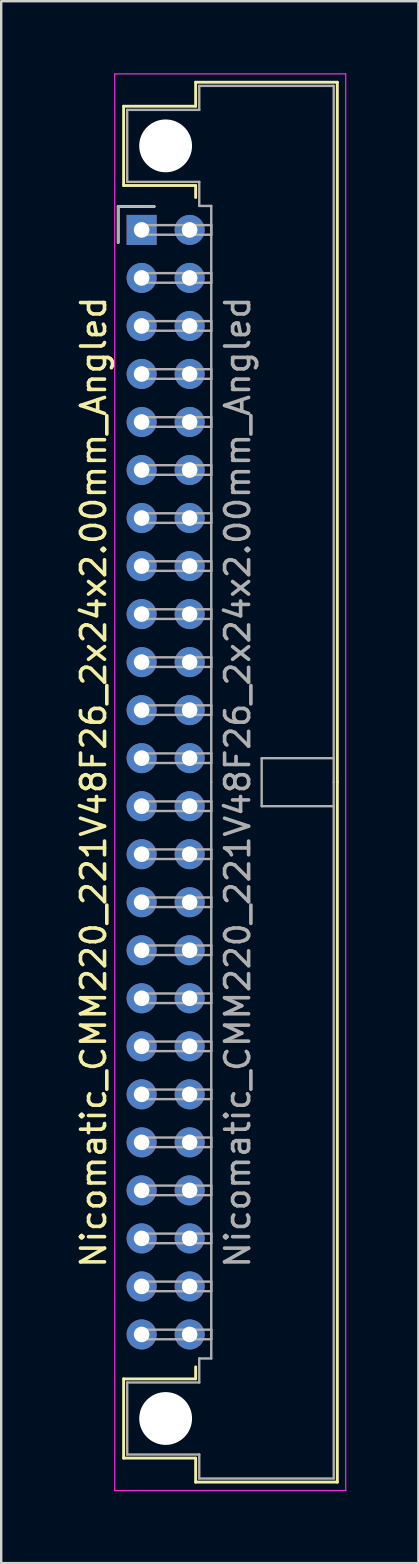
<source format=kicad_pcb>
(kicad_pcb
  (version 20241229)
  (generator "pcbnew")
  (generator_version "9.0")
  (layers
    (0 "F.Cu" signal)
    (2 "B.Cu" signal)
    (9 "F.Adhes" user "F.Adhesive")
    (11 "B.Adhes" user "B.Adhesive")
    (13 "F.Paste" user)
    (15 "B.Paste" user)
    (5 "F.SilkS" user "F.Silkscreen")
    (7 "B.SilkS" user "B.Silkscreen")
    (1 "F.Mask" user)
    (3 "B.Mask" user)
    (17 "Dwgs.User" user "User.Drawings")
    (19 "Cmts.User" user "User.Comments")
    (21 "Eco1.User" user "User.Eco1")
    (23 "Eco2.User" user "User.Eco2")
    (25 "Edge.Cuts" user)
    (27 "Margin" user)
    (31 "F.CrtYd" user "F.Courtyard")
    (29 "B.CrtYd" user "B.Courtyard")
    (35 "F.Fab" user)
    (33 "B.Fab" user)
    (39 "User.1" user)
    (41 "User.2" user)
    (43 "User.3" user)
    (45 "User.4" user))
  (footprint "Nicomatic_CMM220_221V48F26_2x24x2.00mm_Angled"
    (layer "F.Cu")
    (at 2.848 6.525)
    (property "Reference" "Nicomatic_CMM220_221V48F26_2x24x2.00mm_Angled" (at -2 23 90) (layer "F.SilkS") (effects (font (size 1 1) (thickness 0.15))))
    (attr through_hole)
    (fp_line (start -0.975 -0.975) (end -0.975 0.525) (stroke (width 0.12) (type solid)) (layer "F.SilkS"))
    (fp_line (start -0.75 -5.15) (end -0.75 -1.85) (stroke (width 0.12) (type solid)) (layer "F.SilkS"))
    (fp_line (start -0.75 -1.85) (end 2.25 -1.85) (stroke (width 0.12) (type solid)) (layer "F.SilkS"))
    (fp_line (start -0.75 47.85) (end 2.25 47.85) (stroke (width 0.12) (type solid)) (layer "F.SilkS"))
    (fp_line (start -0.75 51.15) (end -0.75 47.85) (stroke (width 0.12) (type solid)) (layer "F.SilkS"))
    (fp_line (start 0.525 -0.975) (end -0.975 -0.975) (stroke (width 0.12) (type solid)) (layer "F.SilkS"))
    (fp_line (start 2.25 -6.15) (end 2.25 -5.15) (stroke (width 0.12) (type solid)) (layer "F.SilkS"))
    (fp_line (start 2.25 -5.15) (end -0.75 -5.15) (stroke (width 0.12) (type solid)) (layer "F.SilkS"))
    (fp_line (start 2.25 -1.85) (end 2.25 -1.35) (stroke (width 0.12) (type solid)) (layer "F.SilkS"))
    (fp_line (start 2.25 47.85) (end 2.25 47.35) (stroke (width 0.12) (type solid)) (layer "F.SilkS"))
    (fp_line (start 2.25 51.15) (end -0.75 51.15) (stroke (width 0.12) (type solid)) (layer "F.SilkS"))
    (fp_line (start 2.25 52.15) (end 2.25 51.15) (stroke (width 0.12) (type solid)) (layer "F.SilkS"))
    (fp_line (start 8.15 -6.15) (end 2.25 -6.15) (stroke (width 0.12) (type solid)) (layer "F.SilkS"))
    (fp_line (start 8.15 23) (end 8.15 -6.15) (stroke (width 0.12) (type solid)) (layer "F.SilkS"))
    (fp_line (start 8.15 23) (end 8.15 52.15) (stroke (width 0.12) (type solid)) (layer "F.SilkS"))
    (fp_line (start 8.15 52.15) (end 2.25 52.15) (stroke (width 0.12) (type solid)) (layer "F.SilkS"))
    (fp_line (start -1.12 -6.5) (end -1.12 52.5) (stroke (width 0.05) (type solid)) (layer "F.CrtYd"))
    (fp_line (start -1.12 52.5) (end 8.5 52.5) (stroke (width 0.05) (type solid)) (layer "F.CrtYd"))
    (fp_line (start 8.5 -6.5) (end -1.12 -6.5) (stroke (width 0.05) (type solid)) (layer "F.CrtYd"))
    (fp_line (start 8.5 52.5) (end 8.5 -6.5) (stroke (width 0.05) (type solid)) (layer "F.CrtYd"))
    (fp_line (start -0.975 -0.975) (end -0.975 0.525) (stroke (width 0.1) (type solid)) (layer "F.Fab"))
    (fp_line (start -0.6 -5) (end -0.6 -2) (stroke (width 0.1) (type solid)) (layer "F.Fab"))
    (fp_line (start -0.6 -2) (end 2.4 -2) (stroke (width 0.1) (type solid)) (layer "F.Fab"))
    (fp_line (start -0.6 48) (end 2.4 48) (stroke (width 0.1) (type solid)) (layer "F.Fab"))
    (fp_line (start -0.6 51) (end -0.6 48) (stroke (width 0.1) (type solid)) (layer "F.Fab"))
    (fp_line (start 0 -0.2) (end 0 0.2) (stroke (width 0.1) (type solid)) (layer "F.Fab"))
    (fp_line (start 0 0.2) (end 2.9 0.2) (stroke (width 0.1) (type solid)) (layer "F.Fab"))
    (fp_line (start 0 1.8) (end 0 2.2) (stroke (width 0.1) (type solid)) (layer "F.Fab"))
    (fp_line (start 0 2.2) (end 2.9 2.2) (stroke (width 0.1) (type solid)) (layer "F.Fab"))
    (fp_line (start 0 3.8) (end 0 4.2) (stroke (width 0.1) (type solid)) (layer "F.Fab"))
    (fp_line (start 0 4.2) (end 2.9 4.2) (stroke (width 0.1) (type solid)) (layer "F.Fab"))
    (fp_line (start 0 5.8) (end 0 6.2) (stroke (width 0.1) (type solid)) (layer "F.Fab"))
    (fp_line (start 0 6.2) (end 2.9 6.2) (stroke (width 0.1) (type solid)) (layer "F.Fab"))
    (fp_line (start 0 7.8) (end 0 8.2) (stroke (width 0.1) (type solid)) (layer "F.Fab"))
    (fp_line (start 0 8.2) (end 2.9 8.2) (stroke (width 0.1) (type solid)) (layer "F.Fab"))
    (fp_line (start 0 9.8) (end 0 10.2) (stroke (width 0.1) (type solid)) (layer "F.Fab"))
    (fp_line (start 0 10.2) (end 2.9 10.2) (stroke (width 0.1) (type solid)) (layer "F.Fab"))
    (fp_line (start 0 11.8) (end 0 12.2) (stroke (width 0.1) (type solid)) (layer "F.Fab"))
    (fp_line (start 0 12.2) (end 2.9 12.2) (stroke (width 0.1) (type solid)) (layer "F.Fab"))
    (fp_line (start 0 13.8) (end 0 14.2) (stroke (width 0.1) (type solid)) (layer "F.Fab"))
    (fp_line (start 0 14.2) (end 2.9 14.2) (stroke (width 0.1) (type solid)) (layer "F.Fab"))
    (fp_line (start 0 15.8) (end 0 16.2) (stroke (width 0.1) (type solid)) (layer "F.Fab"))
    (fp_line (start 0 16.2) (end 2.9 16.2) (stroke (width 0.1) (type solid)) (layer "F.Fab"))
    (fp_line (start 0 17.8) (end 0 18.2) (stroke (width 0.1) (type solid)) (layer "F.Fab"))
    (fp_line (start 0 18.2) (end 2.9 18.2) (stroke (width 0.1) (type solid)) (layer "F.Fab"))
    (fp_line (start 0 19.8) (end 0 20.2) (stroke (width 0.1) (type solid)) (layer "F.Fab"))
    (fp_line (start 0 20.2) (end 2.9 20.2) (stroke (width 0.1) (type solid)) (layer "F.Fab"))
    (fp_line (start 0 21.8) (end 0 22.2) (stroke (width 0.1) (type solid)) (layer "F.Fab"))
    (fp_line (start 0 22.2) (end 2.9 22.2) (stroke (width 0.1) (type solid)) (layer "F.Fab"))
    (fp_line (start 0 23.8) (end 0 24.2) (stroke (width 0.1) (type solid)) (layer "F.Fab"))
    (fp_line (start 0 24.2) (end 2.9 24.2) (stroke (width 0.1) (type solid)) (layer "F.Fab"))
    (fp_line (start 0 25.8) (end 0 26.2) (stroke (width 0.1) (type solid)) (layer "F.Fab"))
    (fp_line (start 0 26.2) (end 2.9 26.2) (stroke (width 0.1) (type solid)) (layer "F.Fab"))
    (fp_line (start 0 27.8) (end 0 28.2) (stroke (width 0.1) (type solid)) (layer "F.Fab"))
    (fp_line (start 0 28.2) (end 2.9 28.2) (stroke (width 0.1) (type solid)) (layer "F.Fab"))
    (fp_line (start 0 29.8) (end 0 30.2) (stroke (width 0.1) (type solid)) (layer "F.Fab"))
    (fp_line (start 0 30.2) (end 2.9 30.2) (stroke (width 0.1) (type solid)) (layer "F.Fab"))
    (fp_line (start 0 31.8) (end 0 32.2) (stroke (width 0.1) (type solid)) (layer "F.Fab"))
    (fp_line (start 0 32.2) (end 2.9 32.2) (stroke (width 0.1) (type solid)) (layer "F.Fab"))
    (fp_line (start 0 33.8) (end 0 34.2) (stroke (width 0.1) (type solid)) (layer "F.Fab"))
    (fp_line (start 0 34.2) (end 2.9 34.2) (stroke (width 0.1) (type solid)) (layer "F.Fab"))
    (fp_line (start 0 35.8) (end 0 36.2) (stroke (width 0.1) (type solid)) (layer "F.Fab"))
    (fp_line (start 0 36.2) (end 2.9 36.2) (stroke (width 0.1) (type solid)) (layer "F.Fab"))
    (fp_line (start 0 37.8) (end 0 38.2) (stroke (width 0.1) (type solid)) (layer "F.Fab"))
    (fp_line (start 0 38.2) (end 2.9 38.2) (stroke (width 0.1) (type solid)) (layer "F.Fab"))
    (fp_line (start 0 39.8) (end 0 40.2) (stroke (width 0.1) (type solid)) (layer "F.Fab"))
    (fp_line (start 0 40.2) (end 2.9 40.2) (stroke (width 0.1) (type solid)) (layer "F.Fab"))
    (fp_line (start 0 41.8) (end 0 42.2) (stroke (width 0.1) (type solid)) (layer "F.Fab"))
    (fp_line (start 0 42.2) (end 2.9 42.2) (stroke (width 0.1) (type solid)) (layer "F.Fab"))
    (fp_line (start 0 43.8) (end 0 44.2) (stroke (width 0.1) (type solid)) (layer "F.Fab"))
    (fp_line (start 0 44.2) (end 2.9 44.2) (stroke (width 0.1) (type solid)) (layer "F.Fab"))
    (fp_line (start 0 45.8) (end 0 46.2) (stroke (width 0.1) (type solid)) (layer "F.Fab"))
    (fp_line (start 0 46.2) (end 2.9 46.2) (stroke (width 0.1) (type solid)) (layer "F.Fab"))
    (fp_line (start 0.525 -0.975) (end -0.975 -0.975) (stroke (width 0.1) (type solid)) (layer "F.Fab"))
    (fp_line (start 2.4 -6) (end 2.4 -5) (stroke (width 0.1) (type solid)) (layer "F.Fab"))
    (fp_line (start 2.4 -5) (end -0.6 -5) (stroke (width 0.1) (type solid)) (layer "F.Fab"))
    (fp_line (start 2.4 -2) (end 2.4 -1) (stroke (width 0.1) (type solid)) (layer "F.Fab"))
    (fp_line (start 2.4 -1) (end 2.9 -1) (stroke (width 0.1) (type solid)) (layer "F.Fab"))
    (fp_line (start 2.4 47) (end 2.9 47) (stroke (width 0.1) (type solid)) (layer "F.Fab"))
    (fp_line (start 2.4 48) (end 2.4 47) (stroke (width 0.1) (type solid)) (layer "F.Fab"))
    (fp_line (start 2.4 51) (end -0.6 51) (stroke (width 0.1) (type solid)) (layer "F.Fab"))
    (fp_line (start 2.4 52) (end 2.4 51) (stroke (width 0.1) (type solid)) (layer "F.Fab"))
    (fp_line (start 2.9 -1) (end 2.9 23) (stroke (width 0.1) (type solid)) (layer "F.Fab"))
    (fp_line (start 2.9 -0.2) (end 0 -0.2) (stroke (width 0.1) (type solid)) (layer "F.Fab"))
    (fp_line (start 2.9 0.2) (end 2.9 -0.2) (stroke (width 0.1) (type solid)) (layer "F.Fab"))
    (fp_line (start 2.9 1.8) (end 0 1.8) (stroke (width 0.1) (type solid)) (layer "F.Fab"))
    (fp_line (start 2.9 2.2) (end 2.9 1.8) (stroke (width 0.1) (type solid)) (layer "F.Fab"))
    (fp_line (start 2.9 3.8) (end 0 3.8) (stroke (width 0.1) (type solid)) (layer "F.Fab"))
    (fp_line (start 2.9 4.2) (end 2.9 3.8) (stroke (width 0.1) (type solid)) (layer "F.Fab"))
    (fp_line (start 2.9 5.8) (end 0 5.8) (stroke (width 0.1) (type solid)) (layer "F.Fab"))
    (fp_line (start 2.9 6.2) (end 2.9 5.8) (stroke (width 0.1) (type solid)) (layer "F.Fab"))
    (fp_line (start 2.9 7.8) (end 0 7.8) (stroke (width 0.1) (type solid)) (layer "F.Fab"))
    (fp_line (start 2.9 8.2) (end 2.9 7.8) (stroke (width 0.1) (type solid)) (layer "F.Fab"))
    (fp_line (start 2.9 9.8) (end 0 9.8) (stroke (width 0.1) (type solid)) (layer "F.Fab"))
    (fp_line (start 2.9 10.2) (end 2.9 9.8) (stroke (width 0.1) (type solid)) (layer "F.Fab"))
    (fp_line (start 2.9 11.8) (end 0 11.8) (stroke (width 0.1) (type solid)) (layer "F.Fab"))
    (fp_line (start 2.9 12.2) (end 2.9 11.8) (stroke (width 0.1) (type solid)) (layer "F.Fab"))
    (fp_line (start 2.9 13.8) (end 0 13.8) (stroke (width 0.1) (type solid)) (layer "F.Fab"))
    (fp_line (start 2.9 14.2) (end 2.9 13.8) (stroke (width 0.1) (type solid)) (layer "F.Fab"))
    (fp_line (start 2.9 15.8) (end 0 15.8) (stroke (width 0.1) (type solid)) (layer "F.Fab"))
    (fp_line (start 2.9 16.2) (end 2.9 15.8) (stroke (width 0.1) (type solid)) (layer "F.Fab"))
    (fp_line (start 2.9 17.8) (end 0 17.8) (stroke (width 0.1) (type solid)) (layer "F.Fab"))
    (fp_line (start 2.9 18.2) (end 2.9 17.8) (stroke (width 0.1) (type solid)) (layer "F.Fab"))
    (fp_line (start 2.9 19.8) (end 0 19.8) (stroke (width 0.1) (type solid)) (layer "F.Fab"))
    (fp_line (start 2.9 20.2) (end 2.9 19.8) (stroke (width 0.1) (type solid)) (layer "F.Fab"))
    (fp_line (start 2.9 21.8) (end 0 21.8) (stroke (width 0.1) (type solid)) (layer "F.Fab"))
    (fp_line (start 2.9 22.2) (end 2.9 21.8) (stroke (width 0.1) (type solid)) (layer "F.Fab"))
    (fp_line (start 2.9 23.8) (end 0 23.8) (stroke (width 0.1) (type solid)) (layer "F.Fab"))
    (fp_line (start 2.9 24.2) (end 2.9 23.8) (stroke (width 0.1) (type solid)) (layer "F.Fab"))
    (fp_line (start 2.9 25.8) (end 0 25.8) (stroke (width 0.1) (type solid)) (layer "F.Fab"))
    (fp_line (start 2.9 26.2) (end 2.9 25.8) (stroke (width 0.1) (type solid)) (layer "F.Fab"))
    (fp_line (start 2.9 27.8) (end 0 27.8) (stroke (width 0.1) (type solid)) (layer "F.Fab"))
    (fp_line (start 2.9 28.2) (end 2.9 27.8) (stroke (width 0.1) (type solid)) (layer "F.Fab"))
    (fp_line (start 2.9 29.8) (end 0 29.8) (stroke (width 0.1) (type solid)) (layer "F.Fab"))
    (fp_line (start 2.9 30.2) (end 2.9 29.8) (stroke (width 0.1) (type solid)) (layer "F.Fab"))
    (fp_line (start 2.9 31.8) (end 0 31.8) (stroke (width 0.1) (type solid)) (layer "F.Fab"))
    (fp_line (start 2.9 32.2) (end 2.9 31.8) (stroke (width 0.1) (type solid)) (layer "F.Fab"))
    (fp_line (start 2.9 33.8) (end 0 33.8) (stroke (width 0.1) (type solid)) (layer "F.Fab"))
    (fp_line (start 2.9 34.2) (end 2.9 33.8) (stroke (width 0.1) (type solid)) (layer "F.Fab"))
    (fp_line (start 2.9 35.8) (end 0 35.8) (stroke (width 0.1) (type solid)) (layer "F.Fab"))
    (fp_line (start 2.9 36.2) (end 2.9 35.8) (stroke (width 0.1) (type solid)) (layer "F.Fab"))
    (fp_line (start 2.9 37.8) (end 0 37.8) (stroke (width 0.1) (type solid)) (layer "F.Fab"))
    (fp_line (start 2.9 38.2) (end 2.9 37.8) (stroke (width 0.1) (type solid)) (layer "F.Fab"))
    (fp_line (start 2.9 39.8) (end 0 39.8) (stroke (width 0.1) (type solid)) (layer "F.Fab"))
    (fp_line (start 2.9 40.2) (end 2.9 39.8) (stroke (width 0.1) (type solid)) (layer "F.Fab"))
    (fp_line (start 2.9 41.8) (end 0 41.8) (stroke (width 0.1) (type solid)) (layer "F.Fab"))
    (fp_line (start 2.9 42.2) (end 2.9 41.8) (stroke (width 0.1) (type solid)) (layer "F.Fab"))
    (fp_line (start 2.9 43.8) (end 0 43.8) (stroke (width 0.1) (type solid)) (layer "F.Fab"))
    (fp_line (start 2.9 44.2) (end 2.9 43.8) (stroke (width 0.1) (type solid)) (layer "F.Fab"))
    (fp_line (start 2.9 45.8) (end 0 45.8) (stroke (width 0.1) (type solid)) (layer "F.Fab"))
    (fp_line (start 2.9 46.2) (end 2.9 45.8) (stroke (width 0.1) (type solid)) (layer "F.Fab"))
    (fp_line (start 2.9 47) (end 2.9 23) (stroke (width 0.1) (type solid)) (layer "F.Fab"))
    (fp_line (start 5 22) (end 5 24) (stroke (width 0.1) (type solid)) (layer "F.Fab"))
    (fp_line (start 5 24) (end 8 24) (stroke (width 0.1) (type solid)) (layer "F.Fab"))
    (fp_line (start 8 -6) (end 2.4 -6) (stroke (width 0.1) (type solid)) (layer "F.Fab"))
    (fp_line (start 8 22) (end 5 22) (stroke (width 0.1) (type solid)) (layer "F.Fab"))
    (fp_line (start 8 23) (end 8 -6) (stroke (width 0.1) (type solid)) (layer "F.Fab"))
    (fp_line (start 8 23) (end 8 52) (stroke (width 0.1) (type solid)) (layer "F.Fab"))
    (fp_line (start 8 52) (end 2.4 52) (stroke (width 0.1) (type solid)) (layer "F.Fab"))
    (fp_text user "${REFERENCE}" (at 4 23 90) (layer "F.Fab") (effects (font (size 1 1) (thickness 0.15))))
    (pad "" np_thru_hole circle (at 1 -3.5) (size 2.2 2.2) (drill 2.2) (layers "*.Cu" "*.Mask"))
    (pad "" np_thru_hole circle (at 1 49.5) (size 2.2 2.2) (drill 2.2) (layers "*.Cu" "*.Mask"))
    (pad "1" thru_hole rect (at 0 0) (size 1.25 1.25) (drill 0.65) (layers "*.Cu" "*.Mask"))
    (pad "2" thru_hole oval (at 0 2) (size 1.25 1.25) (drill 0.65) (layers "*.Cu" "*.Mask"))
    (pad "3" thru_hole oval (at 0 4) (size 1.25 1.25) (drill 0.65) (layers "*.Cu" "*.Mask"))
    (pad "4" thru_hole oval (at 0 6) (size 1.25 1.25) (drill 0.65) (layers "*.Cu" "*.Mask"))
    (pad "5" thru_hole oval (at 0 8) (size 1.25 1.25) (drill 0.65) (layers "*.Cu" "*.Mask"))
    (pad "6" thru_hole oval (at 0 10) (size 1.25 1.25) (drill 0.65) (layers "*.Cu" "*.Mask"))
    (pad "7" thru_hole oval (at 0 12) (size 1.25 1.25) (drill 0.65) (layers "*.Cu" "*.Mask"))
    (pad "8" thru_hole oval (at 0 14) (size 1.25 1.25) (drill 0.65) (layers "*.Cu" "*.Mask"))
    (pad "9" thru_hole oval (at 0 16) (size 1.25 1.25) (drill 0.65) (layers "*.Cu" "*.Mask"))
    (pad "10" thru_hole oval (at 0 18) (size 1.25 1.25) (drill 0.65) (layers "*.Cu" "*.Mask"))
    (pad "11" thru_hole oval (at 0 20) (size 1.25 1.25) (drill 0.65) (layers "*.Cu" "*.Mask"))
    (pad "12" thru_hole oval (at 0 22) (size 1.25 1.25) (drill 0.65) (layers "*.Cu" "*.Mask"))
    (pad "13" thru_hole oval (at 0 24) (size 1.25 1.25) (drill 0.65) (layers "*.Cu" "*.Mask"))
    (pad "14" thru_hole oval (at 0 26) (size 1.25 1.25) (drill 0.65) (layers "*.Cu" "*.Mask"))
    (pad "15" thru_hole oval (at 0 28) (size 1.25 1.25) (drill 0.65) (layers "*.Cu" "*.Mask"))
    (pad "16" thru_hole oval (at 0 30) (size 1.25 1.25) (drill 0.65) (layers "*.Cu" "*.Mask"))
    (pad "17" thru_hole oval (at 0 32) (size 1.25 1.25) (drill 0.65) (layers "*.Cu" "*.Mask"))
    (pad "18" thru_hole oval (at 0 34) (size 1.25 1.25) (drill 0.65) (layers "*.Cu" "*.Mask"))
    (pad "19" thru_hole oval (at 0 36) (size 1.25 1.25) (drill 0.65) (layers "*.Cu" "*.Mask"))
    (pad "20" thru_hole oval (at 0 38) (size 1.25 1.25) (drill 0.65) (layers "*.Cu" "*.Mask"))
    (pad "21" thru_hole oval (at 0 40) (size 1.25 1.25) (drill 0.65) (layers "*.Cu" "*.Mask"))
    (pad "22" thru_hole oval (at 0 42) (size 1.25 1.25) (drill 0.65) (layers "*.Cu" "*.Mask"))
    (pad "23" thru_hole oval (at 0 44) (size 1.25 1.25) (drill 0.65) (layers "*.Cu" "*.Mask"))
    (pad "24" thru_hole oval (at 0 46) (size 1.25 1.25) (drill 0.65) (layers "*.Cu" "*.Mask"))
    (pad "25" thru_hole oval (at 2 0) (size 1.25 1.25) (drill 0.65) (layers "*.Cu" "*.Mask"))
    (pad "26" thru_hole oval (at 2 2) (size 1.25 1.25) (drill 0.65) (layers "*.Cu" "*.Mask"))
    (pad "27" thru_hole oval (at 2 4) (size 1.25 1.25) (drill 0.65) (layers "*.Cu" "*.Mask"))
    (pad "28" thru_hole oval (at 2 6) (size 1.25 1.25) (drill 0.65) (layers "*.Cu" "*.Mask"))
    (pad "29" thru_hole oval (at 2 8) (size 1.25 1.25) (drill 0.65) (layers "*.Cu" "*.Mask"))
    (pad "30" thru_hole oval (at 2 10) (size 1.25 1.25) (drill 0.65) (layers "*.Cu" "*.Mask"))
    (pad "31" thru_hole oval (at 2 12) (size 1.25 1.25) (drill 0.65) (layers "*.Cu" "*.Mask"))
    (pad "32" thru_hole oval (at 2 14) (size 1.25 1.25) (drill 0.65) (layers "*.Cu" "*.Mask"))
    (pad "33" thru_hole oval (at 2 16) (size 1.25 1.25) (drill 0.65) (layers "*.Cu" "*.Mask"))
    (pad "34" thru_hole oval (at 2 18) (size 1.25 1.25) (drill 0.65) (layers "*.Cu" "*.Mask"))
    (pad "35" thru_hole oval (at 2 20) (size 1.25 1.25) (drill 0.65) (layers "*.Cu" "*.Mask"))
    (pad "36" thru_hole oval (at 2 22) (size 1.25 1.25) (drill 0.65) (layers "*.Cu" "*.Mask"))
    (pad "37" thru_hole oval (at 2 24) (size 1.25 1.25) (drill 0.65) (layers "*.Cu" "*.Mask"))
    (pad "38" thru_hole oval (at 2 26) (size 1.25 1.25) (drill 0.65) (layers "*.Cu" "*.Mask"))
    (pad "39" thru_hole oval (at 2 28) (size 1.25 1.25) (drill 0.65) (layers "*.Cu" "*.Mask"))
    (pad "40" thru_hole oval (at 2 30) (size 1.25 1.25) (drill 0.65) (layers "*.Cu" "*.Mask"))
    (pad "41" thru_hole oval (at 2 32) (size 1.25 1.25) (drill 0.65) (layers "*.Cu" "*.Mask"))
    (pad "42" thru_hole oval (at 2 34) (size 1.25 1.25) (drill 0.65) (layers "*.Cu" "*.Mask"))
    (pad "43" thru_hole oval (at 2 36) (size 1.25 1.25) (drill 0.65) (layers "*.Cu" "*.Mask"))
    (pad "44" thru_hole oval (at 2 38) (size 1.25 1.25) (drill 0.65) (layers "*.Cu" "*.Mask"))
    (pad "45" thru_hole oval (at 2 40) (size 1.25 1.25) (drill 0.65) (layers "*.Cu" "*.Mask"))
    (pad "46" thru_hole oval (at 2 42) (size 1.25 1.25) (drill 0.65) (layers "*.Cu" "*.Mask"))
    (pad "47" thru_hole oval (at 2 44) (size 1.25 1.25) (drill 0.65) (layers "*.Cu" "*.Mask"))
    (pad "48" thru_hole oval (at 2 46) (size 1.25 1.25) (drill 0.65) (layers "*.Cu" "*.Mask")))
  (gr_rect
    (start -3 -3)
    (end 14.373 62.05)
    (stroke (width 0.1) (type default))
    (fill no)
    (layer "Edge.Cuts")))
</source>
